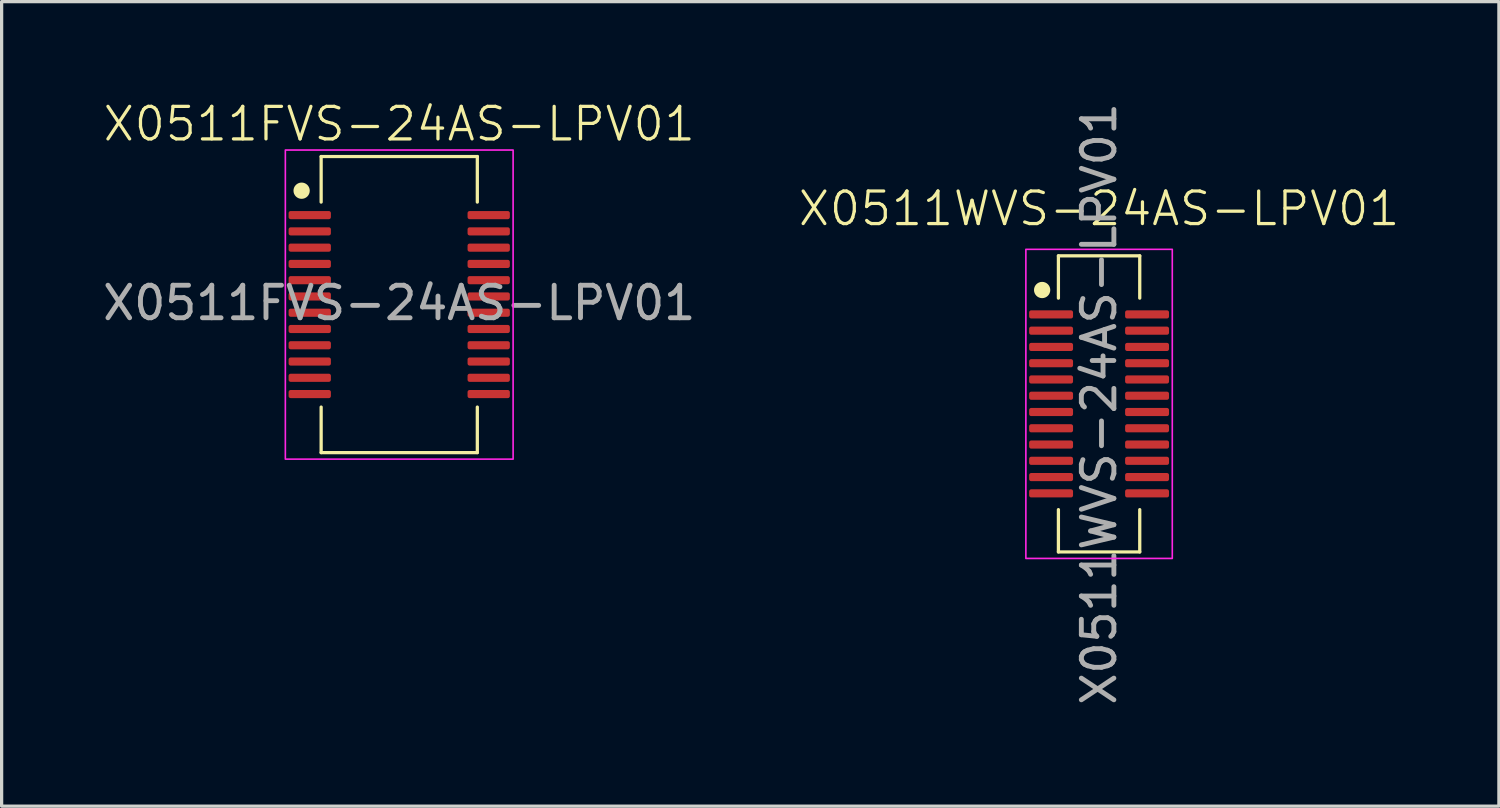
<source format=kicad_pcb>
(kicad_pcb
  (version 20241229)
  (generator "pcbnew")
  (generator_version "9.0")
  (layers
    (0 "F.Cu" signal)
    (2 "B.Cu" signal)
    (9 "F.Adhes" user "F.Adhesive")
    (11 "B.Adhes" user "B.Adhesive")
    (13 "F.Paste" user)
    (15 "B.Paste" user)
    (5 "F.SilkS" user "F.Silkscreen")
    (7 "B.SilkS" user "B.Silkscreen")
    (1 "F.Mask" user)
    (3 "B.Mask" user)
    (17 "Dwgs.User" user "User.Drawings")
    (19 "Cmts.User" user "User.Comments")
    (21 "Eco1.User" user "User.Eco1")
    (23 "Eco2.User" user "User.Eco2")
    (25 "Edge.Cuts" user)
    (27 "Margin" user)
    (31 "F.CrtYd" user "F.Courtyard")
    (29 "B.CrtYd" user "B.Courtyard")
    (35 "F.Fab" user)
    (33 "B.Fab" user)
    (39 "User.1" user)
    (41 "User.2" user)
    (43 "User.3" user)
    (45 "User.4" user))
  (footprint "X0511WVS-24AS-LPV01"
    (layer "F.Cu")
    (at 30.729 9.363)
    (property "Reference" "X0511WVS-24AS-LPV01" (at 0 -6 0) (unlocked yes) (layer "F.SilkS") (effects (font (size 1 1) (thickness 0.1))))
    (attr smd)
    (fp_line (start -1.25 -4.55) (end 1.25 -4.55) (stroke (width 0.1) (type default)) (layer "F.SilkS"))
    (fp_line (start -1.25 -3.25) (end -1.25 -4.55) (stroke (width 0.1) (type default)) (layer "F.SilkS"))
    (fp_line (start -1.25 3.25) (end -1.25 4.55) (stroke (width 0.1) (type default)) (layer "F.SilkS"))
    (fp_line (start 1.25 -3.25) (end 1.25 -4.55) (stroke (width 0.1) (type default)) (layer "F.SilkS"))
    (fp_line (start 1.25 3.25) (end 1.25 4.55) (stroke (width 0.1) (type default)) (layer "F.SilkS"))
    (fp_line (start 1.25 4.55) (end -1.25 4.55) (stroke (width 0.1) (type default)) (layer "F.SilkS"))
    (fp_circle (center -1.75 -3.5) (end -1.55 -3.5) (stroke (width 0.1) (type solid)) (fill yes) (layer "F.SilkS"))
    (fp_rect (start -2.25 -4.75) (end 2.25 4.75) (stroke (width 0.05) (type default)) (fill no) (layer "F.CrtYd"))
    (fp_text user "${REFERENCE}" (at 0 0 90) (unlocked yes) (layer "F.Fab") (effects (font (size 1 1) (thickness 0.15))))
    (pad "1" smd roundrect (at -1.475 -2.75) (size 1.35 0.25) (layers "F.Cu" "F.Mask" "F.Paste") (roundrect_rratio 0.25))
    (pad "2" smd roundrect (at 1.475 -2.75) (size 1.35 0.25) (layers "F.Cu" "F.Mask" "F.Paste") (roundrect_rratio 0.25))
    (pad "3" smd roundrect (at -1.475 -2.25) (size 1.35 0.25) (layers "F.Cu" "F.Mask" "F.Paste") (roundrect_rratio 0.25))
    (pad "4" smd roundrect (at 1.475 -2.25) (size 1.35 0.25) (layers "F.Cu" "F.Mask" "F.Paste") (roundrect_rratio 0.25))
    (pad "5" smd roundrect (at -1.475 -1.75) (size 1.35 0.25) (layers "F.Cu" "F.Mask" "F.Paste") (roundrect_rratio 0.25))
    (pad "6" smd roundrect (at 1.475 -1.75) (size 1.35 0.25) (layers "F.Cu" "F.Mask" "F.Paste") (roundrect_rratio 0.25))
    (pad "7" smd roundrect (at -1.475 -1.25) (size 1.35 0.25) (layers "F.Cu" "F.Mask" "F.Paste") (roundrect_rratio 0.25))
    (pad "8" smd roundrect (at 1.475 -1.25) (size 1.35 0.25) (layers "F.Cu" "F.Mask" "F.Paste") (roundrect_rratio 0.25))
    (pad "9" smd roundrect (at -1.475 -0.75) (size 1.35 0.25) (layers "F.Cu" "F.Mask" "F.Paste") (roundrect_rratio 0.25))
    (pad "10" smd roundrect (at 1.475 -0.75) (size 1.35 0.25) (layers "F.Cu" "F.Mask" "F.Paste") (roundrect_rratio 0.25))
    (pad "11" smd roundrect (at -1.475 -0.25) (size 1.35 0.25) (layers "F.Cu" "F.Mask" "F.Paste") (roundrect_rratio 0.25))
    (pad "12" smd roundrect (at 1.475 -0.25) (size 1.35 0.25) (layers "F.Cu" "F.Mask" "F.Paste") (roundrect_rratio 0.25))
    (pad "13" smd roundrect (at -1.475 0.25) (size 1.35 0.25) (layers "F.Cu" "F.Mask" "F.Paste") (roundrect_rratio 0.25))
    (pad "14" smd roundrect (at 1.475 0.25) (size 1.35 0.25) (layers "F.Cu" "F.Mask" "F.Paste") (roundrect_rratio 0.25))
    (pad "15" smd roundrect (at -1.475 0.75) (size 1.35 0.25) (layers "F.Cu" "F.Mask" "F.Paste") (roundrect_rratio 0.25))
    (pad "16" smd roundrect (at 1.475 0.75) (size 1.35 0.25) (layers "F.Cu" "F.Mask" "F.Paste") (roundrect_rratio 0.25))
    (pad "17" smd roundrect (at -1.475 1.25) (size 1.35 0.25) (layers "F.Cu" "F.Mask" "F.Paste") (roundrect_rratio 0.25))
    (pad "18" smd roundrect (at 1.475 1.25) (size 1.35 0.25) (layers "F.Cu" "F.Mask" "F.Paste") (roundrect_rratio 0.25))
    (pad "19" smd roundrect (at -1.475 1.75) (size 1.35 0.25) (layers "F.Cu" "F.Mask" "F.Paste") (roundrect_rratio 0.25))
    (pad "20" smd roundrect (at 1.475 1.75) (size 1.35 0.25) (layers "F.Cu" "F.Mask" "F.Paste") (roundrect_rratio 0.25))
    (pad "21" smd roundrect (at -1.475 2.25) (size 1.35 0.25) (layers "F.Cu" "F.Mask" "F.Paste") (roundrect_rratio 0.25))
    (pad "22" smd roundrect (at 1.475 2.25) (size 1.35 0.25) (layers "F.Cu" "F.Mask" "F.Paste") (roundrect_rratio 0.25))
    (pad "23" smd roundrect (at -1.475 2.75) (size 1.35 0.25) (layers "F.Cu" "F.Mask" "F.Paste") (roundrect_rratio 0.25))
    (pad "24" smd roundrect (at 1.475 2.75) (size 1.35 0.25) (layers "F.Cu" "F.Mask" "F.Paste") (roundrect_rratio 0.25)))
  (footprint "X0511FVS-24AS-LPV01"
    (layer "F.Cu")
    (at 9.22 6.311)
    (property "Reference" "X0511FVS-24AS-LPV01" (at 0 -5.55 0) (unlocked yes) (layer "F.SilkS") (effects (font (size 1 1) (thickness 0.1))))
    (attr smd)
    (fp_line (start -2.4 -4.55) (end -2.4 -3.15) (stroke (width 0.1) (type default)) (layer "F.SilkS"))
    (fp_line (start -2.4 -4.55) (end 2.4 -4.55) (stroke (width 0.1) (type default)) (layer "F.SilkS"))
    (fp_line (start -2.4 4.55) (end -2.4 3.15) (stroke (width 0.1) (type default)) (layer "F.SilkS"))
    (fp_line (start 2.4 -4.55) (end 2.4 -3.15) (stroke (width 0.1) (type default)) (layer "F.SilkS"))
    (fp_line (start 2.4 4.55) (end -2.4 4.55) (stroke (width 0.1) (type default)) (layer "F.SilkS"))
    (fp_line (start 2.4 4.55) (end 2.4 3.15) (stroke (width 0.1) (type default)) (layer "F.SilkS"))
    (fp_circle (center -3 -3.5) (end -2.8 -3.5) (stroke (width 0.1) (type solid)) (fill yes) (layer "F.SilkS"))
    (fp_rect (start -3.5 -4.75) (end 3.5 4.75) (stroke (width 0.05) (type default)) (fill no) (layer "F.CrtYd"))
    (fp_text user "${REFERENCE}" (at 0 -0.05 0) (unlocked yes) (layer "F.Fab") (effects (font (size 1 1) (thickness 0.15))))
    (pad "1" smd roundrect (at -2.75 -2.75) (size 1.3 0.25) (layers "F.Cu" "F.Mask" "F.Paste") (roundrect_rratio 0.25))
    (pad "2" smd roundrect (at 2.75 -2.75) (size 1.3 0.25) (layers "F.Cu" "F.Mask" "F.Paste") (roundrect_rratio 0.25))
    (pad "3" smd roundrect (at -2.75 -2.25) (size 1.3 0.25) (layers "F.Cu" "F.Mask" "F.Paste") (roundrect_rratio 0.25))
    (pad "4" smd roundrect (at 2.75 -2.25) (size 1.3 0.25) (layers "F.Cu" "F.Mask" "F.Paste") (roundrect_rratio 0.25))
    (pad "5" smd roundrect (at -2.75 -1.75) (size 1.3 0.25) (layers "F.Cu" "F.Mask" "F.Paste") (roundrect_rratio 0.25))
    (pad "6" smd roundrect (at 2.75 -1.75) (size 1.3 0.25) (layers "F.Cu" "F.Mask" "F.Paste") (roundrect_rratio 0.25))
    (pad "7" smd roundrect (at -2.75 -1.25) (size 1.3 0.25) (layers "F.Cu" "F.Mask" "F.Paste") (roundrect_rratio 0.25))
    (pad "8" smd roundrect (at 2.75 -1.25) (size 1.3 0.25) (layers "F.Cu" "F.Mask" "F.Paste") (roundrect_rratio 0.25))
    (pad "9" smd roundrect (at -2.75 -0.75) (size 1.3 0.25) (layers "F.Cu" "F.Mask" "F.Paste") (roundrect_rratio 0.25))
    (pad "10" smd roundrect (at 2.75 -0.75) (size 1.3 0.25) (layers "F.Cu" "F.Mask" "F.Paste") (roundrect_rratio 0.25))
    (pad "11" smd roundrect (at -2.75 -0.25) (size 1.3 0.25) (layers "F.Cu" "F.Mask" "F.Paste") (roundrect_rratio 0.25))
    (pad "12" smd roundrect (at 2.75 -0.25) (size 1.3 0.25) (layers "F.Cu" "F.Mask" "F.Paste") (roundrect_rratio 0.25))
    (pad "13" smd roundrect (at -2.75 0.25) (size 1.3 0.25) (layers "F.Cu" "F.Mask" "F.Paste") (roundrect_rratio 0.25))
    (pad "14" smd roundrect (at 2.75 0.25) (size 1.3 0.25) (layers "F.Cu" "F.Mask" "F.Paste") (roundrect_rratio 0.25))
    (pad "15" smd roundrect (at -2.75 0.75) (size 1.3 0.25) (layers "F.Cu" "F.Mask" "F.Paste") (roundrect_rratio 0.25))
    (pad "16" smd roundrect (at 2.75 0.75) (size 1.3 0.25) (layers "F.Cu" "F.Mask" "F.Paste") (roundrect_rratio 0.25))
    (pad "17" smd roundrect (at -2.75 1.25) (size 1.3 0.25) (layers "F.Cu" "F.Mask" "F.Paste") (roundrect_rratio 0.25))
    (pad "18" smd roundrect (at 2.75 1.25) (size 1.3 0.25) (layers "F.Cu" "F.Mask" "F.Paste") (roundrect_rratio 0.25))
    (pad "19" smd roundrect (at -2.75 1.75) (size 1.3 0.25) (layers "F.Cu" "F.Mask" "F.Paste") (roundrect_rratio 0.25))
    (pad "20" smd roundrect (at 2.75 1.75) (size 1.3 0.25) (layers "F.Cu" "F.Mask" "F.Paste") (roundrect_rratio 0.25))
    (pad "21" smd roundrect (at -2.75 2.25) (size 1.3 0.25) (layers "F.Cu" "F.Mask" "F.Paste") (roundrect_rratio 0.25))
    (pad "22" smd roundrect (at 2.75 2.25) (size 1.3 0.25) (layers "F.Cu" "F.Mask" "F.Paste") (roundrect_rratio 0.25))
    (pad "23" smd roundrect (at -2.75 2.75) (size 1.3 0.25) (layers "F.Cu" "F.Mask" "F.Paste") (roundrect_rratio 0.25))
    (pad "24" smd roundrect (at 2.75 2.75) (size 1.3 0.25) (layers "F.Cu" "F.Mask" "F.Paste") (roundrect_rratio 0.25)))
  (gr_rect
    (start -3 -3)
    (end 43.017 21.726)
    (stroke (width 0.1) (type default))
    (fill no)
    (layer "Edge.Cuts")))
</source>
